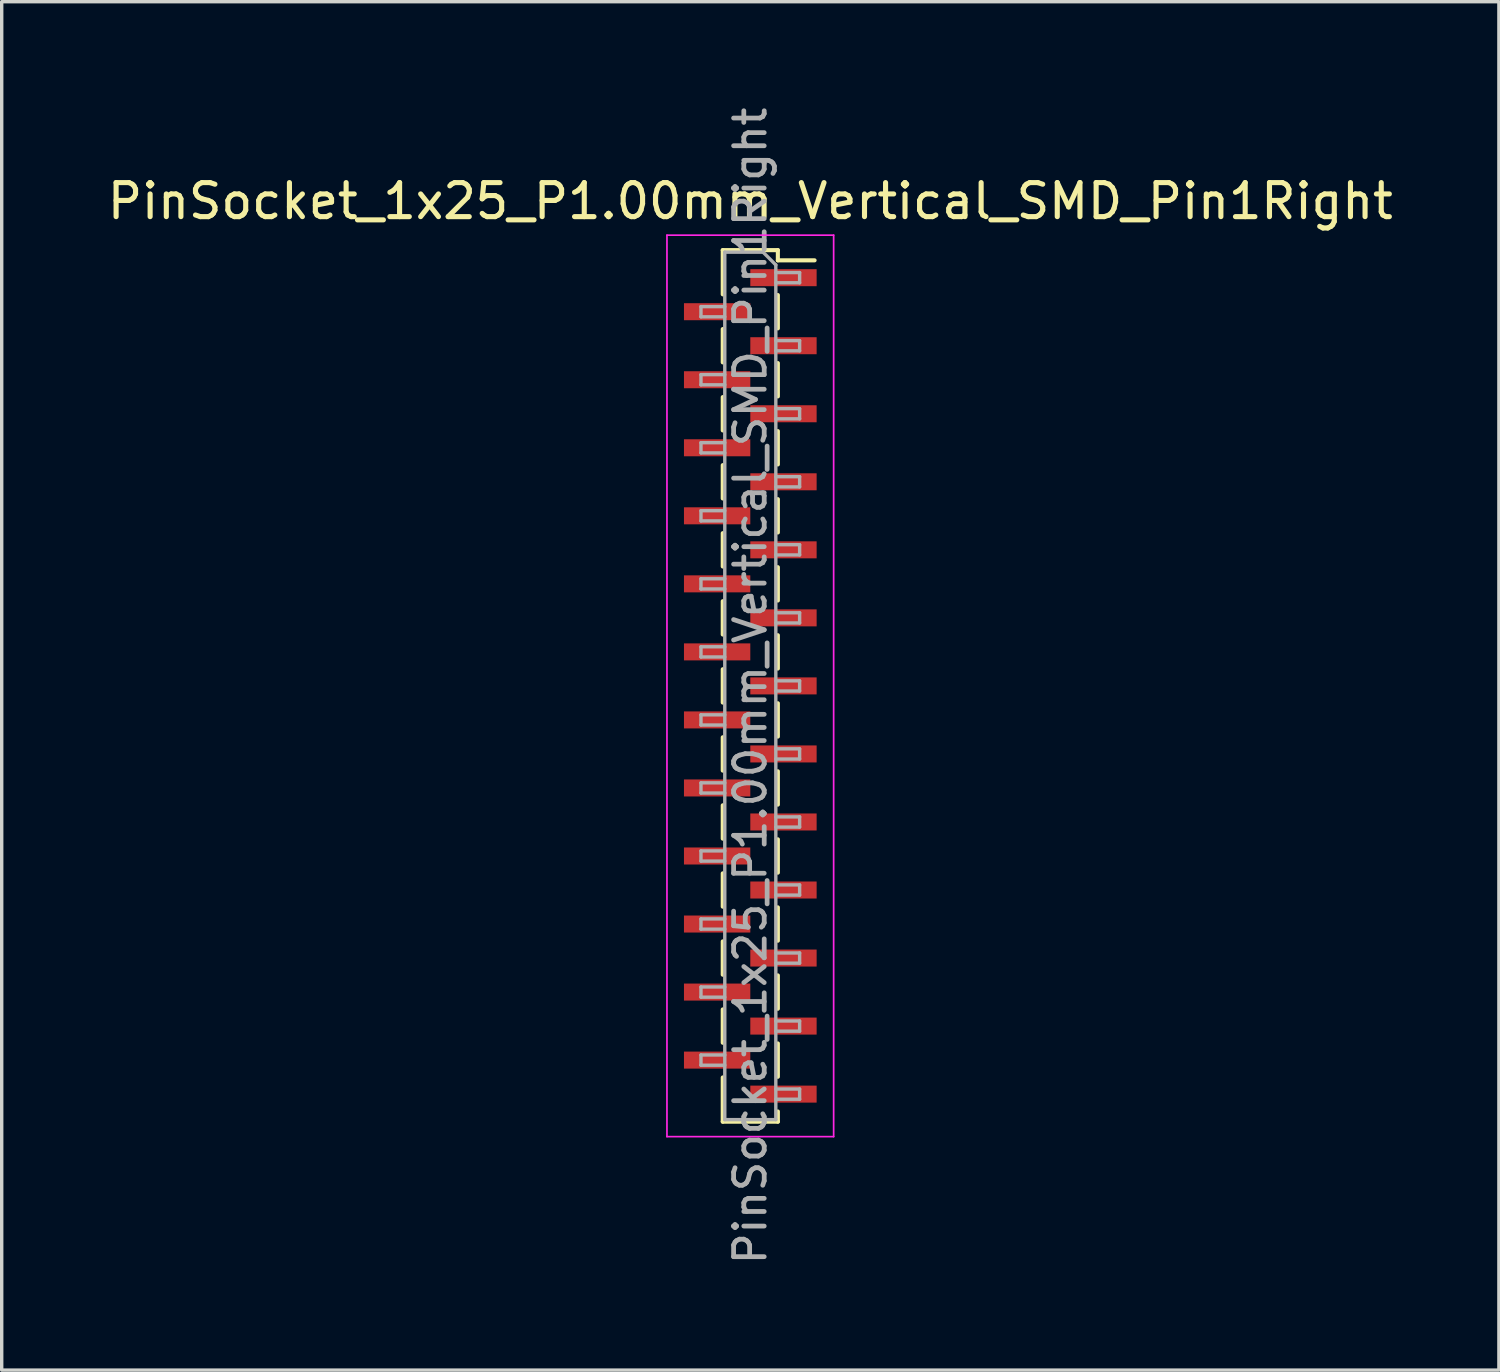
<source format=kicad_pcb>
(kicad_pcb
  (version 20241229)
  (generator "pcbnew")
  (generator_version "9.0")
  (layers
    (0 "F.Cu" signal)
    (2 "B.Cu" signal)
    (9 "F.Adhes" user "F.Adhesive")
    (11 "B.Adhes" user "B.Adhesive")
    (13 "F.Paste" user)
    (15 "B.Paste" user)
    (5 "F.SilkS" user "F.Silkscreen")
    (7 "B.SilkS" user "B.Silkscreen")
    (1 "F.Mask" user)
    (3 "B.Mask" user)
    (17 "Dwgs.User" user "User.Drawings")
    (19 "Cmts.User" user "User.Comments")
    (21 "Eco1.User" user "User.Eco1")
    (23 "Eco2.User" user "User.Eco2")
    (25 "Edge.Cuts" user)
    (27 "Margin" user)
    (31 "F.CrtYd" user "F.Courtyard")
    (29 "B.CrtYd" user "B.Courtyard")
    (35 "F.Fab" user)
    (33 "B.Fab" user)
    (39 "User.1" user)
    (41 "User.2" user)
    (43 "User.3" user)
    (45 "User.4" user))
  (footprint "PinSocket_1x25_P1.00mm_Vertical_SMD_Pin1Right"
    (layer "F.Cu")
    (at 19.006 17.113)
    (property "Reference" "PinSocket_1x25_P1.00mm_Vertical_SMD_Pin1Right" (at 0 -14.25 0) (layer "F.SilkS") (effects (font (size 1 1) (thickness 0.15))))
    (attr smd)
    (fp_line (start -0.81 -12.81) (end -0.81 -11.51) (stroke (width 0.12) (type solid)) (layer "F.SilkS"))
    (fp_line (start -0.81 -12.81) (end 0.81 -12.81) (stroke (width 0.12) (type solid)) (layer "F.SilkS"))
    (fp_line (start -0.81 -10.49) (end -0.81 -9.51) (stroke (width 0.12) (type solid)) (layer "F.SilkS"))
    (fp_line (start -0.81 -8.49) (end -0.81 -7.51) (stroke (width 0.12) (type solid)) (layer "F.SilkS"))
    (fp_line (start -0.81 -6.49) (end -0.81 -5.51) (stroke (width 0.12) (type solid)) (layer "F.SilkS"))
    (fp_line (start -0.81 -4.49) (end -0.81 -3.51) (stroke (width 0.12) (type solid)) (layer "F.SilkS"))
    (fp_line (start -0.81 -2.49) (end -0.81 -1.51) (stroke (width 0.12) (type solid)) (layer "F.SilkS"))
    (fp_line (start -0.81 -0.49) (end -0.81 0.49) (stroke (width 0.12) (type solid)) (layer "F.SilkS"))
    (fp_line (start -0.81 1.51) (end -0.81 2.49) (stroke (width 0.12) (type solid)) (layer "F.SilkS"))
    (fp_line (start -0.81 3.51) (end -0.81 4.49) (stroke (width 0.12) (type solid)) (layer "F.SilkS"))
    (fp_line (start -0.81 5.51) (end -0.81 6.49) (stroke (width 0.12) (type solid)) (layer "F.SilkS"))
    (fp_line (start -0.81 7.51) (end -0.81 8.49) (stroke (width 0.12) (type solid)) (layer "F.SilkS"))
    (fp_line (start -0.81 9.51) (end -0.81 10.49) (stroke (width 0.12) (type solid)) (layer "F.SilkS"))
    (fp_line (start -0.81 11.51) (end -0.81 12.81) (stroke (width 0.12) (type solid)) (layer "F.SilkS"))
    (fp_line (start -0.81 12.81) (end 0.81 12.81) (stroke (width 0.12) (type solid)) (layer "F.SilkS"))
    (fp_line (start 0.81 -12.81) (end 0.81 -12.51) (stroke (width 0.12) (type solid)) (layer "F.SilkS"))
    (fp_line (start 0.81 -12.51) (end 1.89 -12.51) (stroke (width 0.12) (type solid)) (layer "F.SilkS"))
    (fp_line (start 0.81 -11.49) (end 0.81 -10.51) (stroke (width 0.12) (type solid)) (layer "F.SilkS"))
    (fp_line (start 0.81 -9.49) (end 0.81 -8.51) (stroke (width 0.12) (type solid)) (layer "F.SilkS"))
    (fp_line (start 0.81 -7.49) (end 0.81 -6.51) (stroke (width 0.12) (type solid)) (layer "F.SilkS"))
    (fp_line (start 0.81 -5.49) (end 0.81 -4.51) (stroke (width 0.12) (type solid)) (layer "F.SilkS"))
    (fp_line (start 0.81 -3.49) (end 0.81 -2.51) (stroke (width 0.12) (type solid)) (layer "F.SilkS"))
    (fp_line (start 0.81 -1.49) (end 0.81 -0.51) (stroke (width 0.12) (type solid)) (layer "F.SilkS"))
    (fp_line (start 0.81 0.51) (end 0.81 1.49) (stroke (width 0.12) (type solid)) (layer "F.SilkS"))
    (fp_line (start 0.81 2.51) (end 0.81 3.49) (stroke (width 0.12) (type solid)) (layer "F.SilkS"))
    (fp_line (start 0.81 4.51) (end 0.81 5.49) (stroke (width 0.12) (type solid)) (layer "F.SilkS"))
    (fp_line (start 0.81 6.51) (end 0.81 7.49) (stroke (width 0.12) (type solid)) (layer "F.SilkS"))
    (fp_line (start 0.81 8.51) (end 0.81 9.49) (stroke (width 0.12) (type solid)) (layer "F.SilkS"))
    (fp_line (start 0.81 10.51) (end 0.81 11.49) (stroke (width 0.12) (type solid)) (layer "F.SilkS"))
    (fp_line (start 0.81 12.51) (end 0.81 12.81) (stroke (width 0.12) (type solid)) (layer "F.SilkS"))
    (fp_line (start -2.45 -13.25) (end 2.45 -13.25) (stroke (width 0.05) (type solid)) (layer "F.CrtYd"))
    (fp_line (start -2.45 13.25) (end -2.45 -13.25) (stroke (width 0.05) (type solid)) (layer "F.CrtYd"))
    (fp_line (start 2.45 -13.25) (end 2.45 13.25) (stroke (width 0.05) (type solid)) (layer "F.CrtYd"))
    (fp_line (start 2.45 13.25) (end -2.45 13.25) (stroke (width 0.05) (type solid)) (layer "F.CrtYd"))
    (fp_line (start -1.45 -11.15) (end -0.75 -11.15) (stroke (width 0.1) (type solid)) (layer "F.Fab"))
    (fp_line (start -1.45 -10.85) (end -1.45 -11.15) (stroke (width 0.1) (type solid)) (layer "F.Fab"))
    (fp_line (start -1.45 -9.15) (end -0.75 -9.15) (stroke (width 0.1) (type solid)) (layer "F.Fab"))
    (fp_line (start -1.45 -8.85) (end -1.45 -9.15) (stroke (width 0.1) (type solid)) (layer "F.Fab"))
    (fp_line (start -1.45 -7.15) (end -0.75 -7.15) (stroke (width 0.1) (type solid)) (layer "F.Fab"))
    (fp_line (start -1.45 -6.85) (end -1.45 -7.15) (stroke (width 0.1) (type solid)) (layer "F.Fab"))
    (fp_line (start -1.45 -5.15) (end -0.75 -5.15) (stroke (width 0.1) (type solid)) (layer "F.Fab"))
    (fp_line (start -1.45 -4.85) (end -1.45 -5.15) (stroke (width 0.1) (type solid)) (layer "F.Fab"))
    (fp_line (start -1.45 -3.15) (end -0.75 -3.15) (stroke (width 0.1) (type solid)) (layer "F.Fab"))
    (fp_line (start -1.45 -2.85) (end -1.45 -3.15) (stroke (width 0.1) (type solid)) (layer "F.Fab"))
    (fp_line (start -1.45 -1.15) (end -0.75 -1.15) (stroke (width 0.1) (type solid)) (layer "F.Fab"))
    (fp_line (start -1.45 -0.85) (end -1.45 -1.15) (stroke (width 0.1) (type solid)) (layer "F.Fab"))
    (fp_line (start -1.45 0.85) (end -0.75 0.85) (stroke (width 0.1) (type solid)) (layer "F.Fab"))
    (fp_line (start -1.45 1.15) (end -1.45 0.85) (stroke (width 0.1) (type solid)) (layer "F.Fab"))
    (fp_line (start -1.45 2.85) (end -0.75 2.85) (stroke (width 0.1) (type solid)) (layer "F.Fab"))
    (fp_line (start -1.45 3.15) (end -1.45 2.85) (stroke (width 0.1) (type solid)) (layer "F.Fab"))
    (fp_line (start -1.45 4.85) (end -0.75 4.85) (stroke (width 0.1) (type solid)) (layer "F.Fab"))
    (fp_line (start -1.45 5.15) (end -1.45 4.85) (stroke (width 0.1) (type solid)) (layer "F.Fab"))
    (fp_line (start -1.45 6.85) (end -0.75 6.85) (stroke (width 0.1) (type solid)) (layer "F.Fab"))
    (fp_line (start -1.45 7.15) (end -1.45 6.85) (stroke (width 0.1) (type solid)) (layer "F.Fab"))
    (fp_line (start -1.45 8.85) (end -0.75 8.85) (stroke (width 0.1) (type solid)) (layer "F.Fab"))
    (fp_line (start -1.45 9.15) (end -1.45 8.85) (stroke (width 0.1) (type solid)) (layer "F.Fab"))
    (fp_line (start -1.45 10.85) (end -0.75 10.85) (stroke (width 0.1) (type solid)) (layer "F.Fab"))
    (fp_line (start -1.45 11.15) (end -1.45 10.85) (stroke (width 0.1) (type solid)) (layer "F.Fab"))
    (fp_line (start -0.75 -12.75) (end 0.375 -12.75) (stroke (width 0.1) (type solid)) (layer "F.Fab"))
    (fp_line (start -0.75 -10.85) (end -1.45 -10.85) (stroke (width 0.1) (type solid)) (layer "F.Fab"))
    (fp_line (start -0.75 -8.85) (end -1.45 -8.85) (stroke (width 0.1) (type solid)) (layer "F.Fab"))
    (fp_line (start -0.75 -6.85) (end -1.45 -6.85) (stroke (width 0.1) (type solid)) (layer "F.Fab"))
    (fp_line (start -0.75 -4.85) (end -1.45 -4.85) (stroke (width 0.1) (type solid)) (layer "F.Fab"))
    (fp_line (start -0.75 -2.85) (end -1.45 -2.85) (stroke (width 0.1) (type solid)) (layer "F.Fab"))
    (fp_line (start -0.75 -0.85) (end -1.45 -0.85) (stroke (width 0.1) (type solid)) (layer "F.Fab"))
    (fp_line (start -0.75 1.15) (end -1.45 1.15) (stroke (width 0.1) (type solid)) (layer "F.Fab"))
    (fp_line (start -0.75 3.15) (end -1.45 3.15) (stroke (width 0.1) (type solid)) (layer "F.Fab"))
    (fp_line (start -0.75 5.15) (end -1.45 5.15) (stroke (width 0.1) (type solid)) (layer "F.Fab"))
    (fp_line (start -0.75 7.15) (end -1.45 7.15) (stroke (width 0.1) (type solid)) (layer "F.Fab"))
    (fp_line (start -0.75 9.15) (end -1.45 9.15) (stroke (width 0.1) (type solid)) (layer "F.Fab"))
    (fp_line (start -0.75 11.15) (end -1.45 11.15) (stroke (width 0.1) (type solid)) (layer "F.Fab"))
    (fp_line (start -0.75 12.75) (end -0.75 -12.75) (stroke (width 0.1) (type solid)) (layer "F.Fab"))
    (fp_line (start 0.375 -12.75) (end 0.75 -12.375) (stroke (width 0.1) (type solid)) (layer "F.Fab"))
    (fp_line (start 0.75 -12.375) (end 0.75 12.75) (stroke (width 0.1) (type solid)) (layer "F.Fab"))
    (fp_line (start 0.75 -12.15) (end 1.45 -12.15) (stroke (width 0.1) (type solid)) (layer "F.Fab"))
    (fp_line (start 0.75 -10.15) (end 1.45 -10.15) (stroke (width 0.1) (type solid)) (layer "F.Fab"))
    (fp_line (start 0.75 -8.15) (end 1.45 -8.15) (stroke (width 0.1) (type solid)) (layer "F.Fab"))
    (fp_line (start 0.75 -6.15) (end 1.45 -6.15) (stroke (width 0.1) (type solid)) (layer "F.Fab"))
    (fp_line (start 0.75 -4.15) (end 1.45 -4.15) (stroke (width 0.1) (type solid)) (layer "F.Fab"))
    (fp_line (start 0.75 -2.15) (end 1.45 -2.15) (stroke (width 0.1) (type solid)) (layer "F.Fab"))
    (fp_line (start 0.75 -0.15) (end 1.45 -0.15) (stroke (width 0.1) (type solid)) (layer "F.Fab"))
    (fp_line (start 0.75 1.85) (end 1.45 1.85) (stroke (width 0.1) (type solid)) (layer "F.Fab"))
    (fp_line (start 0.75 3.85) (end 1.45 3.85) (stroke (width 0.1) (type solid)) (layer "F.Fab"))
    (fp_line (start 0.75 5.85) (end 1.45 5.85) (stroke (width 0.1) (type solid)) (layer "F.Fab"))
    (fp_line (start 0.75 7.85) (end 1.45 7.85) (stroke (width 0.1) (type solid)) (layer "F.Fab"))
    (fp_line (start 0.75 9.85) (end 1.45 9.85) (stroke (width 0.1) (type solid)) (layer "F.Fab"))
    (fp_line (start 0.75 11.85) (end 1.45 11.85) (stroke (width 0.1) (type solid)) (layer "F.Fab"))
    (fp_line (start 0.75 12.75) (end -0.75 12.75) (stroke (width 0.1) (type solid)) (layer "F.Fab"))
    (fp_line (start 1.45 -12.15) (end 1.45 -11.85) (stroke (width 0.1) (type solid)) (layer "F.Fab"))
    (fp_line (start 1.45 -11.85) (end 0.75 -11.85) (stroke (width 0.1) (type solid)) (layer "F.Fab"))
    (fp_line (start 1.45 -10.15) (end 1.45 -9.85) (stroke (width 0.1) (type solid)) (layer "F.Fab"))
    (fp_line (start 1.45 -9.85) (end 0.75 -9.85) (stroke (width 0.1) (type solid)) (layer "F.Fab"))
    (fp_line (start 1.45 -8.15) (end 1.45 -7.85) (stroke (width 0.1) (type solid)) (layer "F.Fab"))
    (fp_line (start 1.45 -7.85) (end 0.75 -7.85) (stroke (width 0.1) (type solid)) (layer "F.Fab"))
    (fp_line (start 1.45 -6.15) (end 1.45 -5.85) (stroke (width 0.1) (type solid)) (layer "F.Fab"))
    (fp_line (start 1.45 -5.85) (end 0.75 -5.85) (stroke (width 0.1) (type solid)) (layer "F.Fab"))
    (fp_line (start 1.45 -4.15) (end 1.45 -3.85) (stroke (width 0.1) (type solid)) (layer "F.Fab"))
    (fp_line (start 1.45 -3.85) (end 0.75 -3.85) (stroke (width 0.1) (type solid)) (layer "F.Fab"))
    (fp_line (start 1.45 -2.15) (end 1.45 -1.85) (stroke (width 0.1) (type solid)) (layer "F.Fab"))
    (fp_line (start 1.45 -1.85) (end 0.75 -1.85) (stroke (width 0.1) (type solid)) (layer "F.Fab"))
    (fp_line (start 1.45 -0.15) (end 1.45 0.15) (stroke (width 0.1) (type solid)) (layer "F.Fab"))
    (fp_line (start 1.45 0.15) (end 0.75 0.15) (stroke (width 0.1) (type solid)) (layer "F.Fab"))
    (fp_line (start 1.45 1.85) (end 1.45 2.15) (stroke (width 0.1) (type solid)) (layer "F.Fab"))
    (fp_line (start 1.45 2.15) (end 0.75 2.15) (stroke (width 0.1) (type solid)) (layer "F.Fab"))
    (fp_line (start 1.45 3.85) (end 1.45 4.15) (stroke (width 0.1) (type solid)) (layer "F.Fab"))
    (fp_line (start 1.45 4.15) (end 0.75 4.15) (stroke (width 0.1) (type solid)) (layer "F.Fab"))
    (fp_line (start 1.45 5.85) (end 1.45 6.15) (stroke (width 0.1) (type solid)) (layer "F.Fab"))
    (fp_line (start 1.45 6.15) (end 0.75 6.15) (stroke (width 0.1) (type solid)) (layer "F.Fab"))
    (fp_line (start 1.45 7.85) (end 1.45 8.15) (stroke (width 0.1) (type solid)) (layer "F.Fab"))
    (fp_line (start 1.45 8.15) (end 0.75 8.15) (stroke (width 0.1) (type solid)) (layer "F.Fab"))
    (fp_line (start 1.45 9.85) (end 1.45 10.15) (stroke (width 0.1) (type solid)) (layer "F.Fab"))
    (fp_line (start 1.45 10.15) (end 0.75 10.15) (stroke (width 0.1) (type solid)) (layer "F.Fab"))
    (fp_line (start 1.45 11.85) (end 1.45 12.15) (stroke (width 0.1) (type solid)) (layer "F.Fab"))
    (fp_line (start 1.45 12.15) (end 0.75 12.15) (stroke (width 0.1) (type solid)) (layer "F.Fab"))
    (fp_text user "${REFERENCE}" (at 0 0 90) (layer "F.Fab") (effects (font (size 0.9 0.9) (thickness 0.14))))
    (pad "1" smd rect (at 0.975 -12) (size 1.95 0.5) (layers "F.Cu" "F.Mask" "F.Paste"))
    (pad "2" smd rect (at -0.975 -11) (size 1.95 0.5) (layers "F.Cu" "F.Mask" "F.Paste"))
    (pad "3" smd rect (at 0.975 -10) (size 1.95 0.5) (layers "F.Cu" "F.Mask" "F.Paste"))
    (pad "4" smd rect (at -0.975 -9) (size 1.95 0.5) (layers "F.Cu" "F.Mask" "F.Paste"))
    (pad "5" smd rect (at 0.975 -8) (size 1.95 0.5) (layers "F.Cu" "F.Mask" "F.Paste"))
    (pad "6" smd rect (at -0.975 -7) (size 1.95 0.5) (layers "F.Cu" "F.Mask" "F.Paste"))
    (pad "7" smd rect (at 0.975 -6) (size 1.95 0.5) (layers "F.Cu" "F.Mask" "F.Paste"))
    (pad "8" smd rect (at -0.975 -5) (size 1.95 0.5) (layers "F.Cu" "F.Mask" "F.Paste"))
    (pad "9" smd rect (at 0.975 -4) (size 1.95 0.5) (layers "F.Cu" "F.Mask" "F.Paste"))
    (pad "10" smd rect (at -0.975 -3) (size 1.95 0.5) (layers "F.Cu" "F.Mask" "F.Paste"))
    (pad "11" smd rect (at 0.975 -2) (size 1.95 0.5) (layers "F.Cu" "F.Mask" "F.Paste"))
    (pad "12" smd rect (at -0.975 -1) (size 1.95 0.5) (layers "F.Cu" "F.Mask" "F.Paste"))
    (pad "13" smd rect (at 0.975 0) (size 1.95 0.5) (layers "F.Cu" "F.Mask" "F.Paste"))
    (pad "14" smd rect (at -0.975 1) (size 1.95 0.5) (layers "F.Cu" "F.Mask" "F.Paste"))
    (pad "15" smd rect (at 0.975 2) (size 1.95 0.5) (layers "F.Cu" "F.Mask" "F.Paste"))
    (pad "16" smd rect (at -0.975 3) (size 1.95 0.5) (layers "F.Cu" "F.Mask" "F.Paste"))
    (pad "17" smd rect (at 0.975 4) (size 1.95 0.5) (layers "F.Cu" "F.Mask" "F.Paste"))
    (pad "18" smd rect (at -0.975 5) (size 1.95 0.5) (layers "F.Cu" "F.Mask" "F.Paste"))
    (pad "19" smd rect (at 0.975 6) (size 1.95 0.5) (layers "F.Cu" "F.Mask" "F.Paste"))
    (pad "20" smd rect (at -0.975 7) (size 1.95 0.5) (layers "F.Cu" "F.Mask" "F.Paste"))
    (pad "21" smd rect (at 0.975 8) (size 1.95 0.5) (layers "F.Cu" "F.Mask" "F.Paste"))
    (pad "22" smd rect (at -0.975 9) (size 1.95 0.5) (layers "F.Cu" "F.Mask" "F.Paste"))
    (pad "23" smd rect (at 0.975 10) (size 1.95 0.5) (layers "F.Cu" "F.Mask" "F.Paste"))
    (pad "24" smd rect (at -0.975 11) (size 1.95 0.5) (layers "F.Cu" "F.Mask" "F.Paste"))
    (pad "25" smd rect (at 0.975 12) (size 1.95 0.5) (layers "F.Cu" "F.Mask" "F.Paste")))
  (gr_rect
    (start -3 -3)
    (end 41.012 37.226)
    (stroke (width 0.1) (type default))
    (fill no)
    (layer "Edge.Cuts")))
</source>
